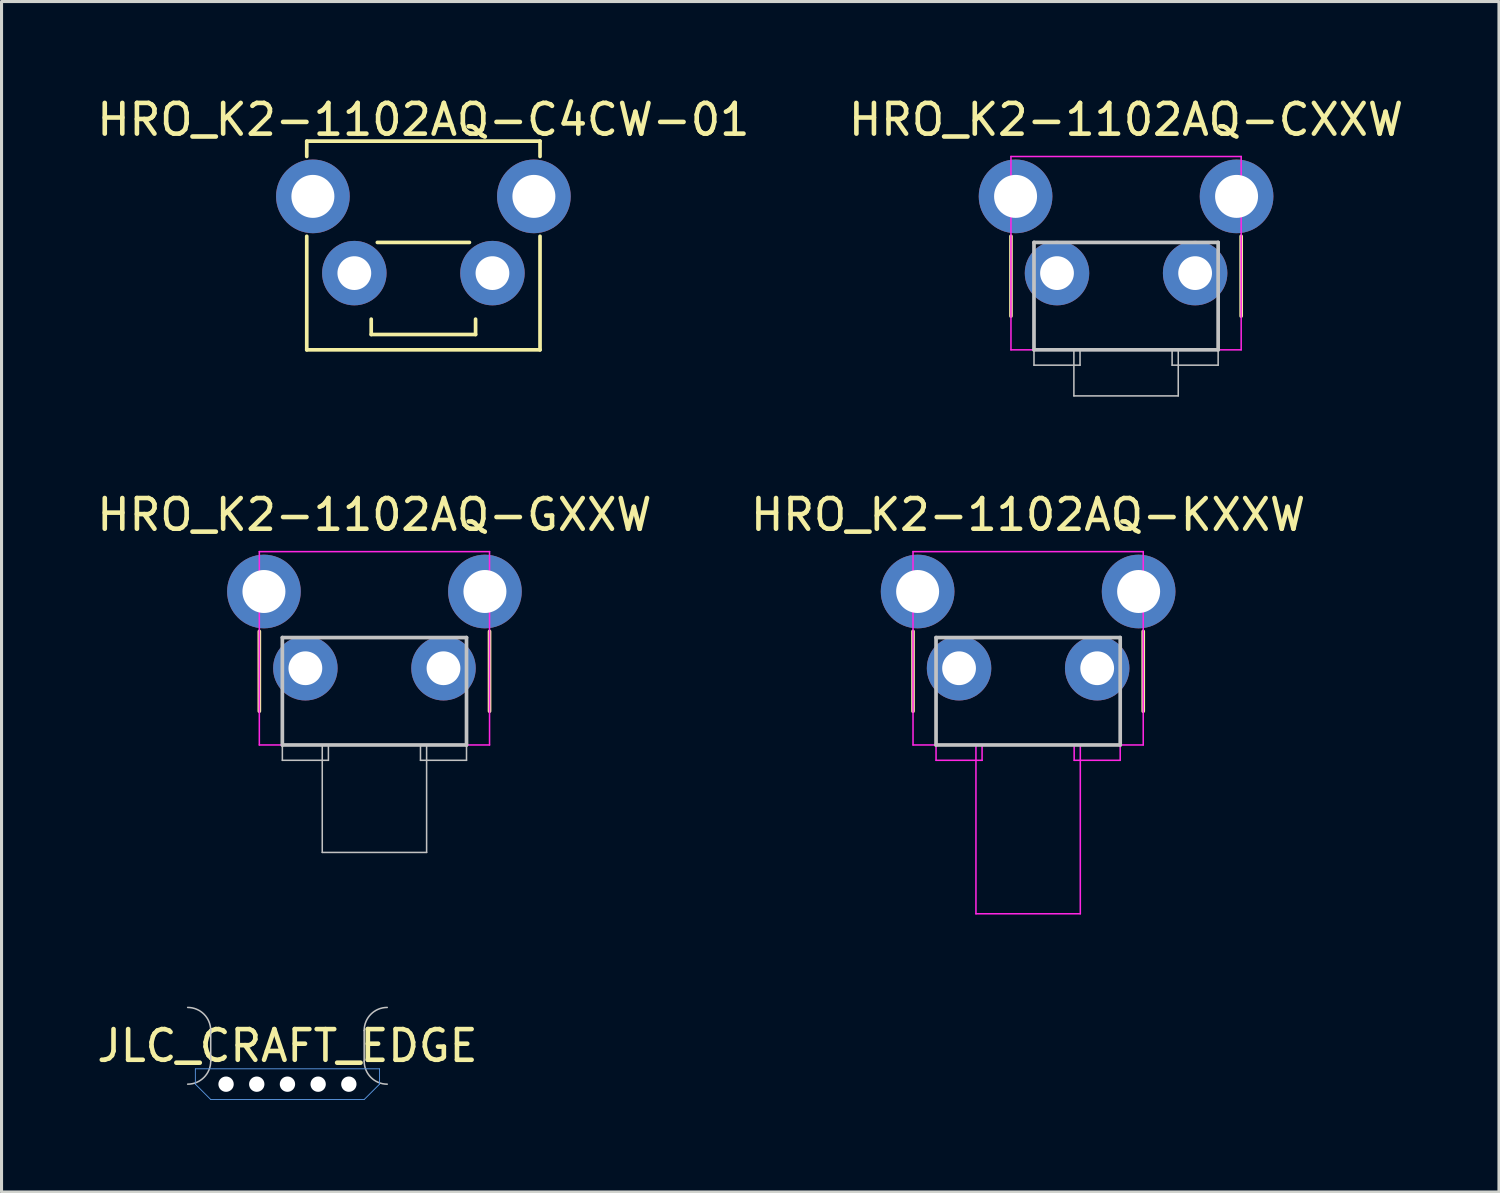
<source format=kicad_pcb>
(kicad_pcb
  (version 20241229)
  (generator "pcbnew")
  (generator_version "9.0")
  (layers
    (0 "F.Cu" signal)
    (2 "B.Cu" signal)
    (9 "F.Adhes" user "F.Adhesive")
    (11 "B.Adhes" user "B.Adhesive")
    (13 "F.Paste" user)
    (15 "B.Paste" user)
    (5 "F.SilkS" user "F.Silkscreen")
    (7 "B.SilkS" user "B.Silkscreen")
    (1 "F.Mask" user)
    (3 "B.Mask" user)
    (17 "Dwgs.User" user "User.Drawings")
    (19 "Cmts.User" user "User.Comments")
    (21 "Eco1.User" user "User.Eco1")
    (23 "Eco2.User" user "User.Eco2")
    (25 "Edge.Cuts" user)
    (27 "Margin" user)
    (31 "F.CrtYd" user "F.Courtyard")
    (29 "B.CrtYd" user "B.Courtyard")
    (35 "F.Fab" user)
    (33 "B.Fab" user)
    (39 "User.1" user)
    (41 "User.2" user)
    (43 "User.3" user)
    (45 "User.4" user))
  (footprint "HRO_K2-1102AQ-CXXW"
    (layer "F.Cu")
    (at 33.637 3.348)
    (property "Reference" "HRO_K2-1102AQ-CXXW" (at 0 -2.5 0) (layer "F.SilkS") (effects (font (size 1 1) (thickness 0.15))))
    (attr through_hole)
    (fp_line (start -3.75 3.9) (end -3.75 1.3) (stroke (width 0.12) (type solid)) (layer "F.SilkS"))
    (fp_line (start 3.75 3.9) (end 3.75 1.3) (stroke (width 0.12) (type solid)) (layer "F.SilkS"))
    (fp_line (start -3 1.5) (end -3 5) (stroke (width 0.12) (type solid)) (layer "Dwgs.User"))
    (fp_line (start -3 5) (end -3 5.5) (stroke (width 0.05) (type solid)) (layer "Dwgs.User"))
    (fp_line (start -3 5) (end 3 5) (stroke (width 0.12) (type solid)) (layer "Dwgs.User"))
    (fp_line (start -3 5.5) (end -1.5 5.5) (stroke (width 0.05) (type solid)) (layer "Dwgs.User"))
    (fp_line (start -1.7 5) (end -1.7 6.5) (stroke (width 0.05) (type solid)) (layer "Dwgs.User"))
    (fp_line (start -1.7 6.5) (end 1.7 6.5) (stroke (width 0.05) (type solid)) (layer "Dwgs.User"))
    (fp_line (start -1.5 5.5) (end -1.5 5) (stroke (width 0.05) (type solid)) (layer "Dwgs.User"))
    (fp_line (start 1.5 5.5) (end 1.5 5) (stroke (width 0.05) (type solid)) (layer "Dwgs.User"))
    (fp_line (start 1.7 6.5) (end 1.7 5) (stroke (width 0.05) (type solid)) (layer "Dwgs.User"))
    (fp_line (start 3 1.5) (end -3 1.5) (stroke (width 0.12) (type solid)) (layer "Dwgs.User"))
    (fp_line (start 3 5) (end 3 1.5) (stroke (width 0.12) (type solid)) (layer "Dwgs.User"))
    (fp_line (start 3 5) (end 3 5.5) (stroke (width 0.05) (type solid)) (layer "Dwgs.User"))
    (fp_line (start 3 5.5) (end 1.5 5.5) (stroke (width 0.05) (type solid)) (layer "Dwgs.User"))
    (fp_line (start -3.75 -1.3) (end -3.75 5) (stroke (width 0.05) (type solid)) (layer "F.CrtYd"))
    (fp_line (start -3.75 5) (end 3.75 5) (stroke (width 0.05) (type solid)) (layer "F.CrtYd"))
    (fp_line (start 3.75 -1.3) (end -3.75 -1.3) (stroke (width 0.05) (type solid)) (layer "F.CrtYd"))
    (fp_line (start 3.75 5) (end 3.75 -1.3) (stroke (width 0.05) (type solid)) (layer "F.CrtYd"))
    (pad "" thru_hole circle (at -3.6 0) (size 2.4 2.4) (drill 1.4) (layers "*.Cu" "*.Mask"))
    (pad "" thru_hole circle (at 3.6 0) (size 2.4 2.4) (drill 1.4) (layers "*.Cu" "*.Mask"))
    (pad "1" thru_hole circle (at -2.25 2.5) (size 2.1 2.1) (drill 1.1) (layers "*.Cu" "*.Mask"))
    (pad "2" thru_hole circle (at 2.25 2.5) (size 2.1 2.1) (drill 1.1) (layers "*.Cu" "*.Mask")))
  (footprint "HRO_K2-1102AQ-GXXW"
    (layer "F.Cu")
    (at 9.149 16.221)
    (property "Reference" "HRO_K2-1102AQ-GXXW" (at 0 -2.5 0) (layer "F.SilkS") (effects (font (size 1 1) (thickness 0.15))))
    (attr through_hole)
    (fp_line (start -3.75 3.9) (end -3.75 1.3) (stroke (width 0.12) (type solid)) (layer "F.SilkS"))
    (fp_line (start 3.75 3.9) (end 3.75 1.3) (stroke (width 0.12) (type solid)) (layer "F.SilkS"))
    (fp_line (start -3 1.5) (end -3 5) (stroke (width 0.12) (type solid)) (layer "Dwgs.User"))
    (fp_line (start -3 5) (end -3 5.5) (stroke (width 0.05) (type solid)) (layer "Dwgs.User"))
    (fp_line (start -3 5) (end 3 5) (stroke (width 0.12) (type solid)) (layer "Dwgs.User"))
    (fp_line (start -3 5.5) (end -1.5 5.5) (stroke (width 0.05) (type solid)) (layer "Dwgs.User"))
    (fp_line (start -1.7 5) (end -1.7 8.5) (stroke (width 0.05) (type solid)) (layer "Dwgs.User"))
    (fp_line (start -1.7 8.5) (end 1.7 8.5) (stroke (width 0.05) (type solid)) (layer "Dwgs.User"))
    (fp_line (start -1.5 5.5) (end -1.5 5) (stroke (width 0.05) (type solid)) (layer "Dwgs.User"))
    (fp_line (start 1.5 5.5) (end 1.5 5) (stroke (width 0.05) (type solid)) (layer "Dwgs.User"))
    (fp_line (start 1.7 8.5) (end 1.7 5) (stroke (width 0.05) (type solid)) (layer "Dwgs.User"))
    (fp_line (start 3 1.5) (end -3 1.5) (stroke (width 0.12) (type solid)) (layer "Dwgs.User"))
    (fp_line (start 3 5) (end 3 1.5) (stroke (width 0.12) (type solid)) (layer "Dwgs.User"))
    (fp_line (start 3 5) (end 3 5.5) (stroke (width 0.05) (type solid)) (layer "Dwgs.User"))
    (fp_line (start 3 5.5) (end 1.5 5.5) (stroke (width 0.05) (type solid)) (layer "Dwgs.User"))
    (fp_line (start -3.75 -1.3) (end -3.75 5) (stroke (width 0.05) (type solid)) (layer "F.CrtYd"))
    (fp_line (start -3.75 5) (end 3.75 5) (stroke (width 0.05) (type solid)) (layer "F.CrtYd"))
    (fp_line (start 3.75 -1.3) (end -3.75 -1.3) (stroke (width 0.05) (type solid)) (layer "F.CrtYd"))
    (fp_line (start 3.75 5) (end 3.75 -1.3) (stroke (width 0.05) (type solid)) (layer "F.CrtYd"))
    (pad "" thru_hole circle (at -3.6 0) (size 2.4 2.4) (drill 1.4) (layers "*.Cu" "*.Mask"))
    (pad "" thru_hole circle (at 3.6 0) (size 2.4 2.4) (drill 1.4) (layers "*.Cu" "*.Mask"))
    (pad "1" thru_hole circle (at -2.25 2.5) (size 2.1 2.1) (drill 1.1) (layers "*.Cu" "*.Mask"))
    (pad "2" thru_hole circle (at 2.25 2.5) (size 2.1 2.1) (drill 1.1) (layers "*.Cu" "*.Mask")))
  (footprint "HRO_K2-1102AQ-C4CW-01"
    (layer "F.Cu")
    (at 10.744 3.348)
    (property "Reference" "HRO_K2-1102AQ-C4CW-01" (at 0 -2.5 0) (layer "F.SilkS") (effects (font (size 1 1) (thickness 0.15))))
    (attr through_hole)
    (fp_line (start -3.8 -1.8) (end -3.8 -1.3) (stroke (width 0.12) (type solid)) (layer "F.SilkS"))
    (fp_line (start -3.8 -1.8) (end 3.8 -1.8) (stroke (width 0.12) (type solid)) (layer "F.SilkS"))
    (fp_line (start -3.8 5) (end -3.8 1.3) (stroke (width 0.12) (type solid)) (layer "F.SilkS"))
    (fp_line (start -3.8 5) (end 3.8 5) (stroke (width 0.12) (type solid)) (layer "F.SilkS"))
    (fp_line (start -1.7 4) (end -1.7 4.5) (stroke (width 0.12) (type solid)) (layer "F.SilkS"))
    (fp_line (start -1.7 4.5) (end 1.7 4.5) (stroke (width 0.12) (type solid)) (layer "F.SilkS"))
    (fp_line (start -1.5 1.5) (end 1.5 1.5) (stroke (width 0.12) (type solid)) (layer "F.SilkS"))
    (fp_line (start 1.7 4.5) (end 1.7 4) (stroke (width 0.12) (type solid)) (layer "F.SilkS"))
    (fp_line (start 3.8 -1.8) (end 3.8 -1.3) (stroke (width 0.12) (type solid)) (layer "F.SilkS"))
    (fp_line (start 3.8 5) (end 3.8 1.3) (stroke (width 0.12) (type solid)) (layer "F.SilkS"))
    (pad "" thru_hole circle (at -3.6 0) (size 2.4 2.4) (drill 1.4) (layers "*.Cu" "*.Mask"))
    (pad "" thru_hole circle (at 3.6 0) (size 2.4 2.4) (drill 1.4) (layers "*.Cu" "*.Mask"))
    (pad "1" thru_hole circle (at -2.25 2.5) (size 2.1 2.1) (drill 1.1) (layers "*.Cu" "*.Mask"))
    (pad "2" thru_hole circle (at 2.25 2.5) (size 2.1 2.1) (drill 1.1) (layers "*.Cu" "*.Mask")))
  (footprint "HRO_K2-1102AQ-KXXW"
    (layer "F.Cu")
    (at 30.446 16.221)
    (property "Reference" "HRO_K2-1102AQ-KXXW" (at 0 -2.5 0) (layer "F.SilkS") (effects (font (size 1 1) (thickness 0.15))))
    (attr through_hole)
    (fp_line (start -3.75 3.9) (end -3.75 1.3) (stroke (width 0.12) (type solid)) (layer "F.SilkS"))
    (fp_line (start 3.75 3.9) (end 3.75 1.3) (stroke (width 0.12) (type solid)) (layer "F.SilkS"))
    (fp_line (start -3 1.5) (end -3 5) (stroke (width 0.12) (type solid)) (layer "Dwgs.User"))
    (fp_line (start -3 5) (end 3 5) (stroke (width 0.12) (type solid)) (layer "Dwgs.User"))
    (fp_line (start 3 1.5) (end -3 1.5) (stroke (width 0.12) (type solid)) (layer "Dwgs.User"))
    (fp_line (start 3 5) (end 3 1.5) (stroke (width 0.12) (type solid)) (layer "Dwgs.User"))
    (fp_line (start -3.75 -1.3) (end -3.75 5) (stroke (width 0.05) (type solid)) (layer "F.CrtYd"))
    (fp_line (start -3.75 5) (end 3.75 5) (stroke (width 0.05) (type solid)) (layer "F.CrtYd"))
    (fp_line (start -3 5) (end -3 5.5) (stroke (width 0.05) (type solid)) (layer "F.CrtYd"))
    (fp_line (start -3 5.5) (end -1.5 5.5) (stroke (width 0.05) (type solid)) (layer "F.CrtYd"))
    (fp_line (start -1.7 5) (end -1.7 10.5) (stroke (width 0.05) (type solid)) (layer "F.CrtYd"))
    (fp_line (start -1.7 10.5) (end 1.7 10.5) (stroke (width 0.05) (type solid)) (layer "F.CrtYd"))
    (fp_line (start -1.5 5.5) (end -1.5 5) (stroke (width 0.05) (type solid)) (layer "F.CrtYd"))
    (fp_line (start 1.5 5.5) (end 1.5 5) (stroke (width 0.05) (type solid)) (layer "F.CrtYd"))
    (fp_line (start 1.7 10.5) (end 1.7 5) (stroke (width 0.05) (type solid)) (layer "F.CrtYd"))
    (fp_line (start 3 5) (end 3 5.5) (stroke (width 0.05) (type solid)) (layer "F.CrtYd"))
    (fp_line (start 3 5.5) (end 1.5 5.5) (stroke (width 0.05) (type solid)) (layer "F.CrtYd"))
    (fp_line (start 3.75 -1.3) (end -3.75 -1.3) (stroke (width 0.05) (type solid)) (layer "F.CrtYd"))
    (fp_line (start 3.75 5) (end 3.75 -1.3) (stroke (width 0.05) (type solid)) (layer "F.CrtYd"))
    (pad "" thru_hole circle (at -3.6 0) (size 2.4 2.4) (drill 1.4) (layers "*.Cu" "*.Mask"))
    (pad "" thru_hole circle (at 3.6 0) (size 2.4 2.4) (drill 1.4) (layers "*.Cu" "*.Mask"))
    (pad "1" thru_hole circle (at -2.25 2.5) (size 2.1 2.1) (drill 1.1) (layers "*.Cu" "*.Mask"))
    (pad "2" thru_hole circle (at 2.25 2.5) (size 2.1 2.1) (drill 1.1) (layers "*.Cu" "*.Mask")))
  (footprint "JLC_CRAFT_EDGE"
    (layer "F.Cu")
    (at 6.315 32.272)
    (property "Reference" "JLC_CRAFT_EDGE" (at 0 -1.25 0) (layer "F.SilkS") (effects (font (size 1 1) (thickness 0.15))))
    (attr through_hole)
    (fp_line (start -2.5 -0.75) (end -2.5 -1.75) (stroke (width 0.05) (type solid)) (layer "Dwgs.User"))
    (fp_line (start 2.5 -0.75) (end 2.5 -1.75) (stroke (width 0.05) (type solid)) (layer "Dwgs.User"))
    (fp_arc (start -3.25 -2.5) (mid -2.71967 -2.28033) (end -2.5 -1.75) (stroke (width 0.05) (type solid)) (layer "Dwgs.User"))
    (fp_arc (start -2.5 -0.75) (mid -2.71967 -0.21967) (end -3.25 0) (stroke (width 0.05) (type solid)) (layer "Dwgs.User"))
    (fp_arc (start 2.5 -1.75) (mid 2.71967 -2.28033) (end 3.25 -2.5) (stroke (width 0.05) (type solid)) (layer "Dwgs.User"))
    (fp_arc (start 3.25 0) (mid 2.71967 -0.21967) (end 2.5 -0.75) (stroke (width 0.05) (type solid)) (layer "Dwgs.User"))
    (fp_line (start -3 -0.5) (end -3 0) (stroke (width 0.03) (type solid)) (layer "Cmts.User"))
    (fp_line (start -3 0) (end -2.5 0.5) (stroke (width 0.03) (type solid)) (layer "Cmts.User"))
    (fp_line (start -2.5 0.5) (end 2.5 0.5) (stroke (width 0.03) (type solid)) (layer "Cmts.User"))
    (fp_line (start 2.5 0.5) (end 3 0) (stroke (width 0.03) (type solid)) (layer "Cmts.User"))
    (fp_line (start 3 -0.5) (end -3 -0.5) (stroke (width 0.03) (type solid)) (layer "Cmts.User"))
    (fp_line (start 3 0) (end 3 -0.5) (stroke (width 0.03) (type solid)) (layer "Cmts.User"))
    (pad "" np_thru_hole circle (at -2 0) (size 0.5 0.5) (drill 0.5) (layers "*.Cu" "*.Mask"))
    (pad "" np_thru_hole circle (at -1 0) (size 0.5 0.5) (drill 0.5) (layers "*.Cu" "*.Mask"))
    (pad "" np_thru_hole circle (at 0 0) (size 0.5 0.5) (drill 0.5) (layers "*.Cu" "*.Mask"))
    (pad "" np_thru_hole circle (at 1 0) (size 0.5 0.5) (drill 0.5) (layers "*.Cu" "*.Mask"))
    (pad "" np_thru_hole circle (at 2 0) (size 0.5 0.5) (drill 0.5) (layers "*.Cu" "*.Mask")))
  (gr_rect
    (start -3 -3)
    (end 45.786 35.786)
    (stroke (width 0.1) (type default))
    (fill no)
    (layer "Edge.Cuts")))
</source>
